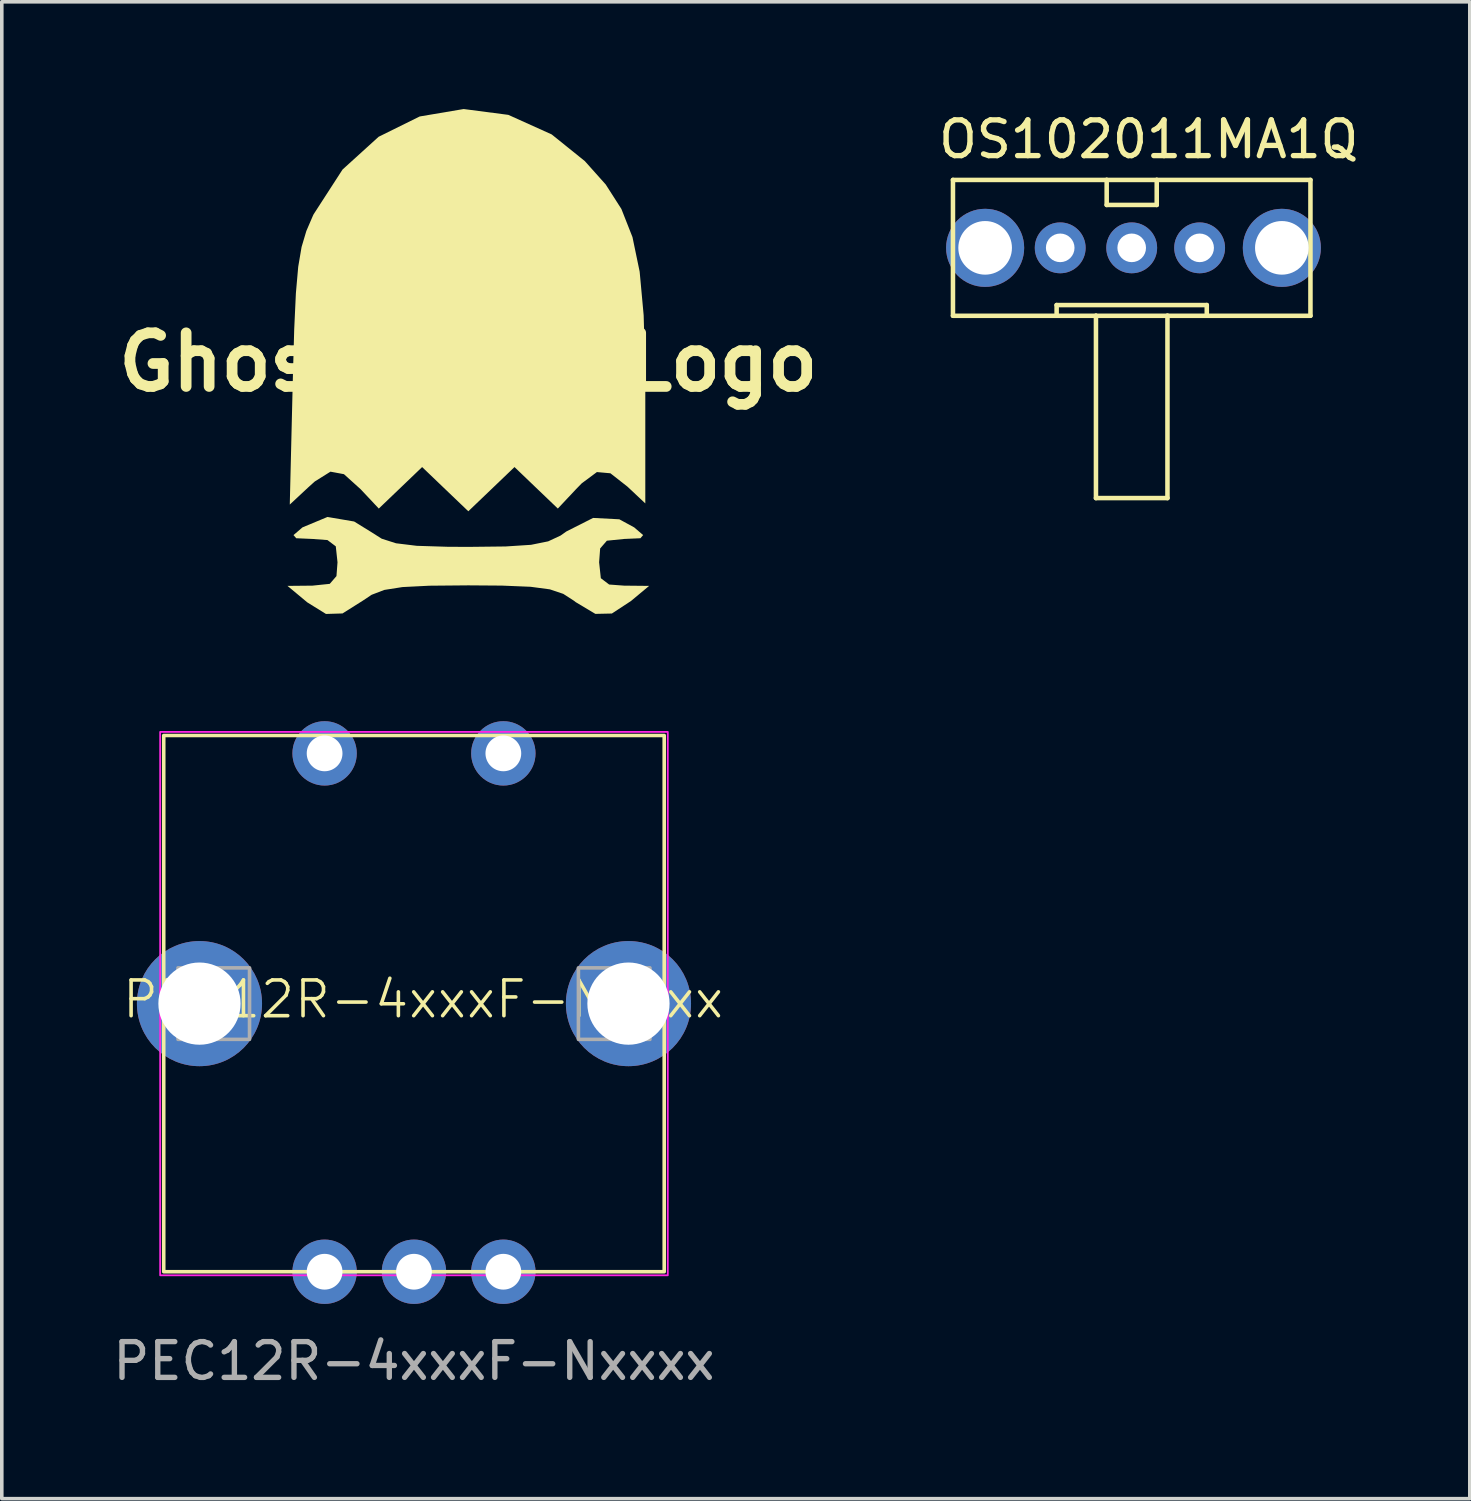
<source format=kicad_pcb>
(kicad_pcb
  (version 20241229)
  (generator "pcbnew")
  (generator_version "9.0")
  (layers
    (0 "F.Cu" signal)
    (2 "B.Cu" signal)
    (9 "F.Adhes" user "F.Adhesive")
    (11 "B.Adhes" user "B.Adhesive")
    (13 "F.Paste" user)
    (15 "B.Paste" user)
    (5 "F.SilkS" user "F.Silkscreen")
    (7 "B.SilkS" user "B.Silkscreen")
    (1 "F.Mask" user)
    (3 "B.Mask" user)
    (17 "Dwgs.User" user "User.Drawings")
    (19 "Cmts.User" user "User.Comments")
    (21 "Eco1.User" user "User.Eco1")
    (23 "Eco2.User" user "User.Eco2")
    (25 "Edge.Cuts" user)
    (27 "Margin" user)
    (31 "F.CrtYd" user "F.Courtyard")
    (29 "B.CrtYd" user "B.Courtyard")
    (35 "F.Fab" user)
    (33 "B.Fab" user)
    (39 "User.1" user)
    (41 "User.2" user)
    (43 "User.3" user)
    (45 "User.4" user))
  (footprint "GhostWrenchLogo"
    (layer "F.Cu")
    (at 10.05 7.082)
    (property "Reference" "GhostWrenchLogo" (at 0 0 0) (layer "F.SilkS") (effects (font (size 1.5 1.5) (thickness 0.3))))
    (attr board_only exclude_from_pos_files exclude_from_bom)
    (fp_poly (pts (xy 1.12 -6.919) (xy 2.332 -6.372) (xy 3.259 -5.626) (xy 3.844 -4.971) (xy 4.282 -4.287) (xy 4.592 -3.5) (xy 4.793 -2.533) (xy 4.905 -1.313) (xy 4.948 0.236) (xy 4.951 0.83) (xy 4.951 3.95) (xy 4.453 3.482) (xy 3.975 3.107) (xy 3.597 3.073) (xy 3.173 3.388) (xy 3.011 3.554) (xy 2.504 4.094) (xy 1.898 3.514) (xy 1.292 2.933) (xy 0.646 3.552) (xy 0 4.17) (xy -0.646 3.552) (xy -1.292 2.933) (xy -1.898 3.514) (xy -2.504 4.094) (xy -3.011 3.554) (xy -3.479 3.132) (xy -3.856 3.062) (xy -4.294 3.336) (xy -4.474 3.498) (xy -4.994 3.982) (xy -4.908 0.431) (xy -4.87 -0.925) (xy -4.823 -1.932) (xy -4.758 -2.67) (xy -4.664 -3.223) (xy -4.531 -3.67) (xy -4.348 -4.095) (xy -4.328 -4.137) (xy -3.518 -5.39) (xy -2.509 -6.306) (xy -1.36 -6.874) (xy -0.13 -7.082)) (stroke (width 0) (type solid)) (fill yes) (layer "F.SilkS"))
    (fp_poly (pts (xy -3.194 4.456) (xy -2.74 4.736) (xy -2.422 4.937) (xy -2.022 5.065) (xy -1.442 5.136) (xy -0.581 5.163) (xy 0 5.166) (xy 1.043 5.154) (xy 1.754 5.108) (xy 2.234 5.011) (xy 2.581 4.849) (xy 2.74 4.736) (xy 3.491 4.356) (xy 4.224 4.394) (xy 4.641 4.621) (xy 4.89 4.836) (xy 4.814 4.924) (xy 4.36 4.944) (xy 4.359 4.944) (xy 3.876 4.993) (xy 3.688 5.21) (xy 3.659 5.597) (xy 3.707 6.042) (xy 3.94 6.219) (xy 4.359 6.25) (xy 5.058 6.257) (xy 4.55 6.68) (xy 4.016 7.03) (xy 3.554 7.04) (xy 3.002 6.71) (xy 2.955 6.673) (xy 2.656 6.48) (xy 2.282 6.354) (xy 1.742 6.282) (xy 0.943 6.249) (xy 0 6.242) (xy -1.09 6.252) (xy -1.842 6.29) (xy -2.35 6.37) (xy -2.705 6.506) (xy -2.955 6.673) (xy -3.519 7.028) (xy -3.982 7.042) (xy -4.506 6.717) (xy -4.55 6.68) (xy -5.058 6.257) (xy -4.359 6.25) (xy -3.876 6.2) (xy -3.688 5.983) (xy -3.659 5.597) (xy -3.707 5.151) (xy -3.94 4.975) (xy -4.359 4.944) (xy -4.814 4.924) (xy -4.89 4.836) (xy -4.641 4.622) (xy -4.641 4.621) (xy -3.94 4.329)) (stroke (width 0) (type solid)) (fill yes) (layer "F.SilkS")))
  (footprint "PEC12R-4xxxF-Nxxxx"
    (layer "F.Cu")
    (at 8.53 32.524)
    (property "Reference" "PEC12R-4xxxF-Nxxxx" (at 0.254 -7.62 0) (unlocked yes) (layer "F.SilkS") (effects (font (size 1 1) (thickness 0.1))))
    (attr through_hole)
    (fp_rect (start -7 -15) (end 7 0) (stroke (width 0.1) (type default)) (fill no) (layer "F.SilkS"))
    (fp_rect (start -7.1 -15.1) (end 7.1 0.1) (stroke (width 0.05) (type default)) (fill no) (layer "F.CrtYd"))
    (fp_rect (start -6.6 -8.5) (end -4.6 -6.5) (stroke (width 0.1) (type default)) (fill no) (layer "F.Fab"))
    (fp_rect (start 4.6 -8.5) (end 6.6 -6.5) (stroke (width 0.1) (type default)) (fill no) (layer "F.Fab"))
    (fp_text user "${REFERENCE}" (at 0 2.5 0) (unlocked yes) (layer "F.Fab") (effects (font (size 1 1) (thickness 0.15))))
    (pad "" np_thru_hole circle (at -6 -7.5) (size 3.5 3.5) (drill 2.3) (layers "*.Cu" "*.Mask"))
    (pad "" np_thru_hole circle (at 6 -7.5) (size 3.5 3.5) (drill 2.3) (layers "*.Cu" "*.Mask"))
    (pad "A" thru_hole circle (at -2.5 0) (size 1.8 1.8) (drill 1) (layers "*.Cu" "*.Mask"))
    (pad "B" thru_hole circle (at 2.5 0) (size 1.8 1.8) (drill 1) (layers "*.Cu" "*.Mask"))
    (pad "C" thru_hole circle (at 0 0) (size 1.8 1.8) (drill 1) (layers "*.Cu" "*.Mask"))
    (pad "S1" thru_hole circle (at -2.5 -14.5) (size 1.8 1.8) (drill 1) (layers "*.Cu" "*.Mask"))
    (pad "S2" thru_hole circle (at 2.5 -14.5) (size 1.8 1.8) (drill 1) (layers "*.Cu" "*.Mask")))
  (footprint "OS102011MA1Q"
    (layer "F.Cu")
    (at 28.607 3.883)
    (property "Reference" "OS102011MA1Q" (at 0.475 -3.035 0) (layer "F.SilkS") (effects (font (size 1 1) (thickness 0.15))))
    (attr through_hole)
    (fp_line (start -5 -1.9) (end -0.7 -1.9) (stroke (width 0.127) (type solid)) (layer "F.SilkS"))
    (fp_line (start -5 1.9) (end -5 -1.9) (stroke (width 0.127) (type solid)) (layer "F.SilkS"))
    (fp_line (start -2.1 1.6) (end 2.1 1.6) (stroke (width 0.127) (type solid)) (layer "F.SilkS"))
    (fp_line (start -2.1 1.9) (end -5 1.9) (stroke (width 0.127) (type solid)) (layer "F.SilkS"))
    (fp_line (start -2.1 1.9) (end -2.1 1.6) (stroke (width 0.127) (type solid)) (layer "F.SilkS"))
    (fp_line (start -1 1.9) (end -2.1 1.9) (stroke (width 0.127) (type solid)) (layer "F.SilkS"))
    (fp_line (start -1 1.9) (end -1 7) (stroke (width 0.127) (type solid)) (layer "F.SilkS"))
    (fp_line (start -1 7) (end 1 7) (stroke (width 0.127) (type solid)) (layer "F.SilkS"))
    (fp_line (start -0.7 -1.9) (end -0.7 -1.2) (stroke (width 0.127) (type solid)) (layer "F.SilkS"))
    (fp_line (start -0.7 -1.9) (end 0.7 -1.9) (stroke (width 0.127) (type solid)) (layer "F.SilkS"))
    (fp_line (start -0.7 -1.2) (end 0.7 -1.2) (stroke (width 0.127) (type solid)) (layer "F.SilkS"))
    (fp_line (start 0.7 -1.9) (end 5 -1.9) (stroke (width 0.127) (type solid)) (layer "F.SilkS"))
    (fp_line (start 0.7 -1.2) (end 0.7 -1.9) (stroke (width 0.127) (type solid)) (layer "F.SilkS"))
    (fp_line (start 1 1.9) (end -1 1.9) (stroke (width 0.127) (type solid)) (layer "F.SilkS"))
    (fp_line (start 1 7) (end 1 1.9) (stroke (width 0.127) (type solid)) (layer "F.SilkS"))
    (fp_line (start 2.1 1.6) (end 2.1 1.9) (stroke (width 0.127) (type solid)) (layer "F.SilkS"))
    (fp_line (start 2.1 1.9) (end 1 1.9) (stroke (width 0.127) (type solid)) (layer "F.SilkS"))
    (fp_line (start 5 -1.9) (end 5 1.9) (stroke (width 0.127) (type solid)) (layer "F.SilkS"))
    (fp_line (start 5 1.9) (end 2.1 1.9) (stroke (width 0.127) (type solid)) (layer "F.SilkS"))
    (pad "" np_thru_hole circle (at -4.1 0) (size 2.184 2.184) (drill 1.5) (layers "*.Cu" "*.Mask"))
    (pad "" np_thru_hole circle (at 4.2 0) (size 2.184 2.184) (drill 1.5) (layers "*.Cu" "*.Mask"))
    (pad "1" thru_hole circle (at -2 0) (size 1.422 1.422) (drill 0.8) (layers "*.Cu" "*.Mask"))
    (pad "2" thru_hole circle (at 0 0) (size 1.422 1.422) (drill 0.8) (layers "*.Cu" "*.Mask"))
    (pad "3" thru_hole circle (at 1.9 0) (size 1.422 1.422) (drill 0.8) (layers "*.Cu" "*.Mask")))
  (gr_rect
    (start -3 -3)
    (end 38.064 38.872)
    (stroke (width 0.1) (type default))
    (fill no)
    (layer "Edge.Cuts")))
</source>
